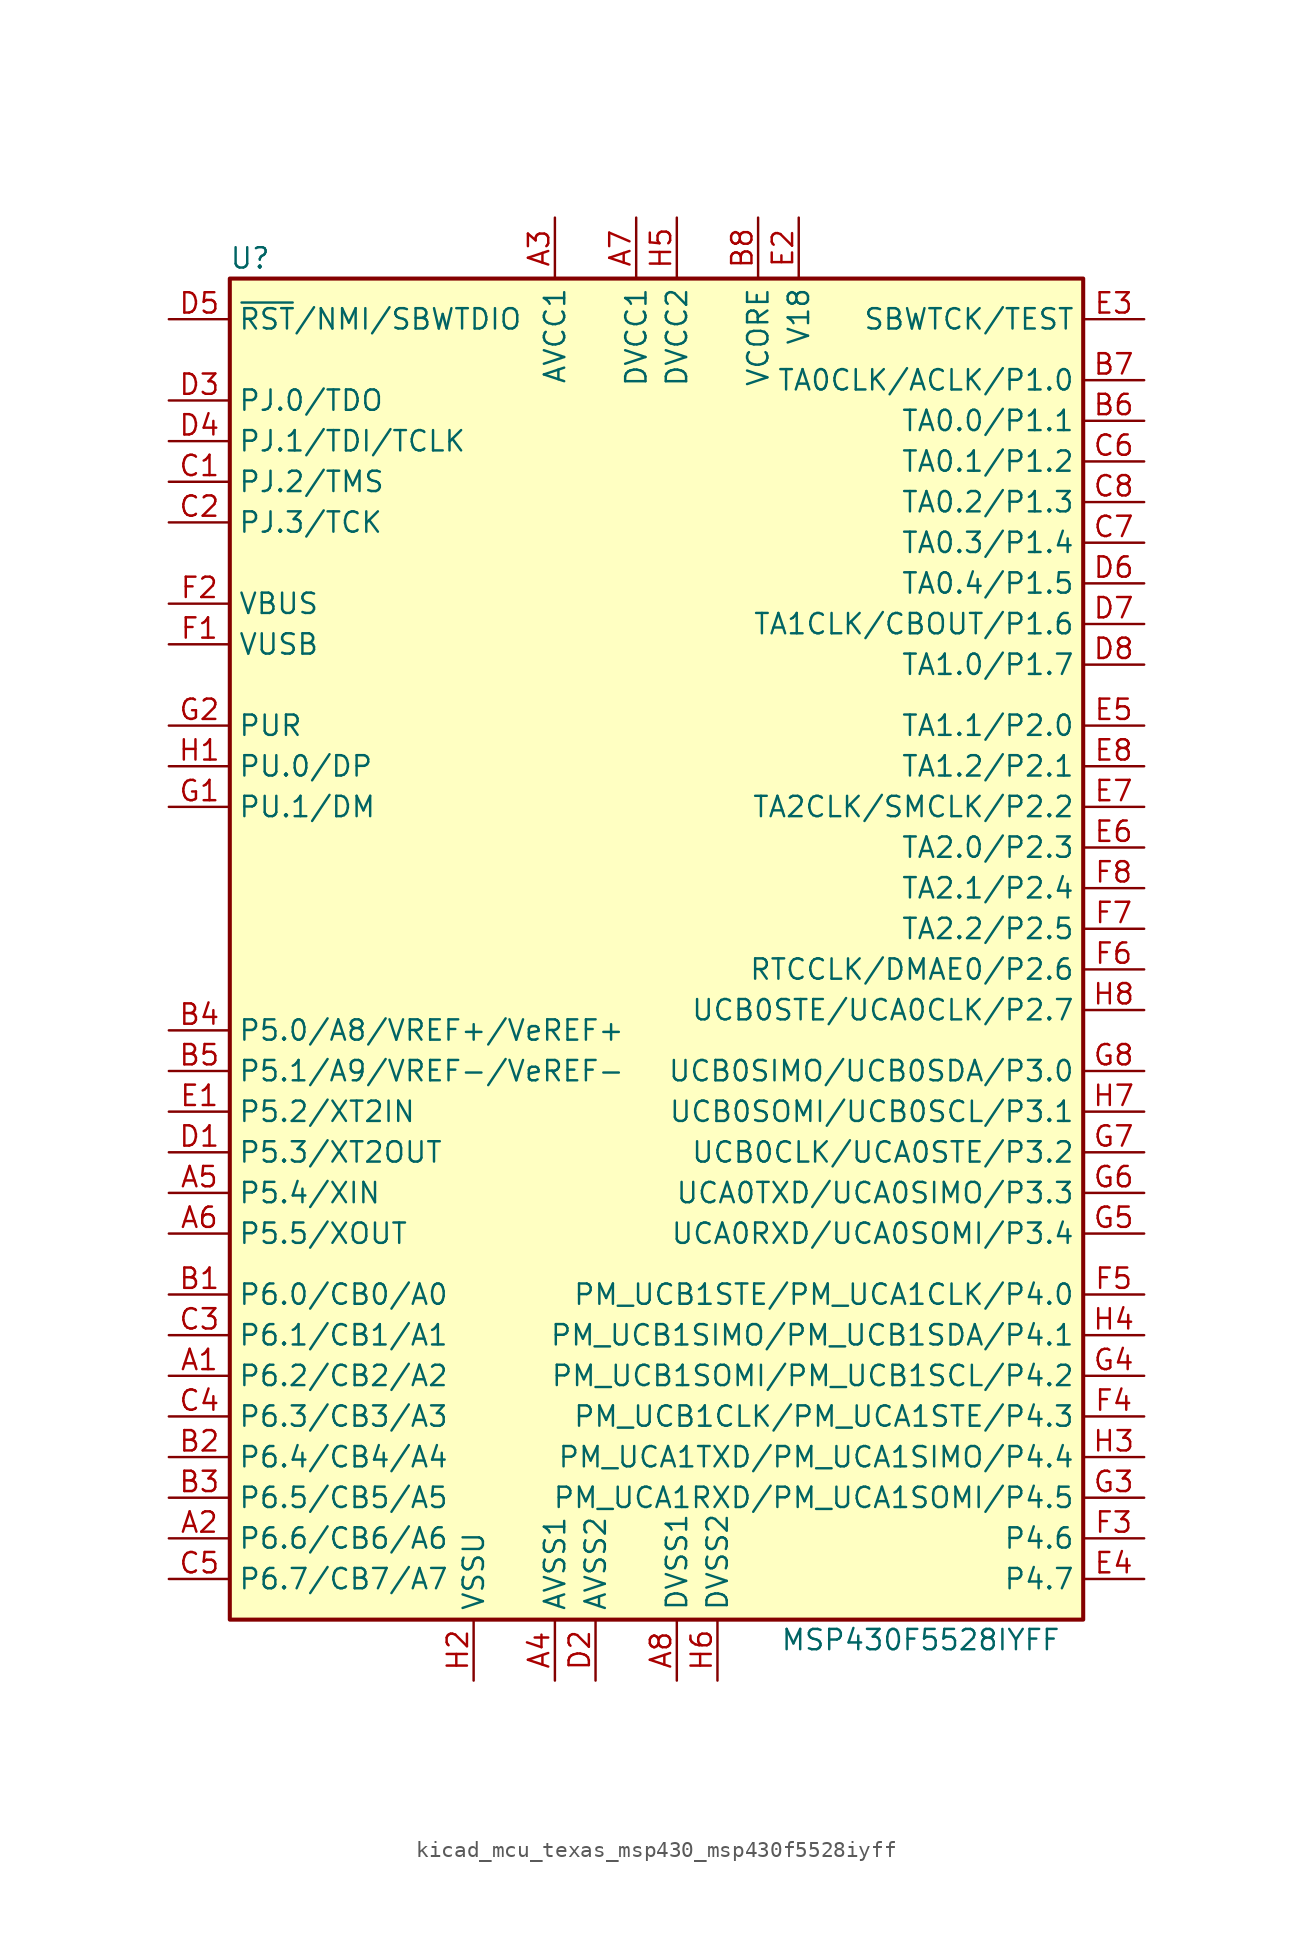
<source format=kicad_sym>
(kicad_symbol_lib
  (version 20220914)
  (generator kicad_symbol_editor)
  (symbol "kicad_mcu_texas_msp430_msp430f5528iyff"
    (property "Reference" "U"
      (at -25.4 43.18 0)
      (effects (font (size 1.27 1.27))))
    (property "Value" "MSP430F5528IYFF"
      (at 16.51 -43.18 0)
      (effects (font (size 1.27 1.27))))
    (symbol "kicad_mcu_texas_msp430_msp430f5528iyff_0_1"
      (rectangle (start -26.67 41.91) (end 26.67 -41.91) (stroke (width 0.254) (type default)) (fill (type background))))
    (symbol "kicad_mcu_texas_msp430_msp430f5528iyff_1_1"
      (pin bidirectional line (at -30.48 -26.67 0) (length 3.81) (name "P6.2/CB2/A2" (effects (font (size 1.27 1.27)))) (number "A1" (effects (font (size 1.27 1.27)))))
      (pin bidirectional line (at -30.48 -36.83 0) (length 3.81) (name "P6.6/CB6/A6" (effects (font (size 1.27 1.27)))) (number "A2" (effects (font (size 1.27 1.27)))))
      (pin power_in line (at -6.35 45.72 270) (length 3.81) (name "AVCC1" (effects (font (size 1.27 1.27)))) (number "A3" (effects (font (size 1.27 1.27)))))
      (pin power_in line (at -6.35 -45.72 90) (length 3.81) (name "AVSS1" (effects (font (size 1.27 1.27)))) (number "A4" (effects (font (size 1.27 1.27)))))
      (pin bidirectional line (at -30.48 -15.24 0) (length 3.81) (name "P5.4/XIN" (effects (font (size 1.27 1.27)))) (number "A5" (effects (font (size 1.27 1.27)))))
      (pin bidirectional line (at -30.48 -17.78 0) (length 3.81) (name "P5.5/XOUT" (effects (font (size 1.27 1.27)))) (number "A6" (effects (font (size 1.27 1.27)))))
      (pin power_in line (at -1.27 45.72 270) (length 3.81) (name "DVCC1" (effects (font (size 1.27 1.27)))) (number "A7" (effects (font (size 1.27 1.27)))))
      (pin power_in line (at 1.27 -45.72 90) (length 3.81) (name "DVSS1" (effects (font (size 1.27 1.27)))) (number "A8" (effects (font (size 1.27 1.27)))))
      (pin bidirectional line (at -30.48 -21.59 0) (length 3.81) (name "P6.0/CB0/A0" (effects (font (size 1.27 1.27)))) (number "B1" (effects (font (size 1.27 1.27)))))
      (pin bidirectional line (at -30.48 -31.75 0) (length 3.81) (name "P6.4/CB4/A4" (effects (font (size 1.27 1.27)))) (number "B2" (effects (font (size 1.27 1.27)))))
      (pin bidirectional line (at -30.48 -34.29 0) (length 3.81) (name "P6.5/CB5/A5" (effects (font (size 1.27 1.27)))) (number "B3" (effects (font (size 1.27 1.27)))))
      (pin bidirectional line (at -30.48 -5.08 0) (length 3.81) (name "P5.0/A8/VREF+/VeREF+" (effects (font (size 1.27 1.27)))) (number "B4" (effects (font (size 1.27 1.27)))))
      (pin bidirectional line (at -30.48 -7.62 0) (length 3.81) (name "P5.1/A9/VREF-/VeREF-" (effects (font (size 1.27 1.27)))) (number "B5" (effects (font (size 1.27 1.27)))))
      (pin bidirectional line (at 30.48 33.02 180) (length 3.81) (name "TA0.0/P1.1" (effects (font (size 1.27 1.27)))) (number "B6" (effects (font (size 1.27 1.27)))))
      (pin bidirectional line (at 30.48 35.56 180) (length 3.81) (name "TA0CLK/ACLK/P1.0" (effects (font (size 1.27 1.27)))) (number "B7" (effects (font (size 1.27 1.27)))))
      (pin bidirectional line (at 6.35 45.72 270) (length 3.81) (name "VCORE" (effects (font (size 1.27 1.27)))) (number "B8" (effects (font (size 1.27 1.27)))))
      (pin bidirectional line (at -30.48 29.21 0) (length 3.81) (name "PJ.2/TMS" (effects (font (size 1.27 1.27)))) (number "C1" (effects (font (size 1.27 1.27)))))
      (pin bidirectional line (at -30.48 26.67 0) (length 3.81) (name "PJ.3/TCK" (effects (font (size 1.27 1.27)))) (number "C2" (effects (font (size 1.27 1.27)))))
      (pin bidirectional line (at -30.48 -24.13 0) (length 3.81) (name "P6.1/CB1/A1" (effects (font (size 1.27 1.27)))) (number "C3" (effects (font (size 1.27 1.27)))))
      (pin bidirectional line (at -30.48 -29.21 0) (length 3.81) (name "P6.3/CB3/A3" (effects (font (size 1.27 1.27)))) (number "C4" (effects (font (size 1.27 1.27)))))
      (pin bidirectional line (at -30.48 -39.37 0) (length 3.81) (name "P6.7/CB7/A7" (effects (font (size 1.27 1.27)))) (number "C5" (effects (font (size 1.27 1.27)))))
      (pin bidirectional line (at 30.48 30.48 180) (length 3.81) (name "TA0.1/P1.2" (effects (font (size 1.27 1.27)))) (number "C6" (effects (font (size 1.27 1.27)))))
      (pin bidirectional line (at 30.48 25.4 180) (length 3.81) (name "TA0.3/P1.4" (effects (font (size 1.27 1.27)))) (number "C7" (effects (font (size 1.27 1.27)))))
      (pin bidirectional line (at 30.48 27.94 180) (length 3.81) (name "TA0.2/P1.3" (effects (font (size 1.27 1.27)))) (number "C8" (effects (font (size 1.27 1.27)))))
      (pin bidirectional line (at -30.48 -12.7 0) (length 3.81) (name "P5.3/XT2OUT" (effects (font (size 1.27 1.27)))) (number "D1" (effects (font (size 1.27 1.27)))))
      (pin power_in line (at -3.81 -45.72 90) (length 3.81) (name "AVSS2" (effects (font (size 1.27 1.27)))) (number "D2" (effects (font (size 1.27 1.27)))))
      (pin bidirectional line (at -30.48 34.29 0) (length 3.81) (name "PJ.0/TDO" (effects (font (size 1.27 1.27)))) (number "D3" (effects (font (size 1.27 1.27)))))
      (pin bidirectional line (at -30.48 31.75 0) (length 3.81) (name "PJ.1/TDI/TCLK" (effects (font (size 1.27 1.27)))) (number "D4" (effects (font (size 1.27 1.27)))))
      (pin input line (at -30.48 39.37 0) (length 3.81) (name "~{RST}/NMI/SBWTDIO" (effects (font (size 1.27 1.27)))) (number "D5" (effects (font (size 1.27 1.27)))))
      (pin bidirectional line (at 30.48 22.86 180) (length 3.81) (name "TA0.4/P1.5" (effects (font (size 1.27 1.27)))) (number "D6" (effects (font (size 1.27 1.27)))))
      (pin bidirectional line (at 30.48 20.32 180) (length 3.81) (name "TA1CLK/CBOUT/P1.6" (effects (font (size 1.27 1.27)))) (number "D7" (effects (font (size 1.27 1.27)))))
      (pin bidirectional line (at 30.48 17.78 180) (length 3.81) (name "TA1.0/P1.7" (effects (font (size 1.27 1.27)))) (number "D8" (effects (font (size 1.27 1.27)))))
      (pin bidirectional line (at -30.48 -10.16 0) (length 3.81) (name "P5.2/XT2IN" (effects (font (size 1.27 1.27)))) (number "E1" (effects (font (size 1.27 1.27)))))
      (pin passive line (at 8.89 45.72 270) (length 3.81) (name "V18" (effects (font (size 1.27 1.27)))) (number "E2" (effects (font (size 1.27 1.27)))))
      (pin input line (at 30.48 39.37 180) (length 3.81) (name "SBWTCK/TEST" (effects (font (size 1.27 1.27)))) (number "E3" (effects (font (size 1.27 1.27)))))
      (pin bidirectional line (at 30.48 -39.37 180) (length 3.81) (name "P4.7" (effects (font (size 1.27 1.27)))) (number "E4" (effects (font (size 1.27 1.27)))))
      (pin bidirectional line (at 30.48 13.97 180) (length 3.81) (name "TA1.1/P2.0" (effects (font (size 1.27 1.27)))) (number "E5" (effects (font (size 1.27 1.27)))))
      (pin bidirectional line (at 30.48 6.35 180) (length 3.81) (name "TA2.0/P2.3" (effects (font (size 1.27 1.27)))) (number "E6" (effects (font (size 1.27 1.27)))))
      (pin bidirectional line (at 30.48 8.89 180) (length 3.81) (name "TA2CLK/SMCLK/P2.2" (effects (font (size 1.27 1.27)))) (number "E7" (effects (font (size 1.27 1.27)))))
      (pin bidirectional line (at 30.48 11.43 180) (length 3.81) (name "TA1.2/P2.1" (effects (font (size 1.27 1.27)))) (number "E8" (effects (font (size 1.27 1.27)))))
      (pin power_out line (at -30.48 19.05 0) (length 3.81) (name "VUSB" (effects (font (size 1.27 1.27)))) (number "F1" (effects (font (size 1.27 1.27)))))
      (pin power_in line (at -30.48 21.59 0) (length 3.81) (name "VBUS" (effects (font (size 1.27 1.27)))) (number "F2" (effects (font (size 1.27 1.27)))))
      (pin bidirectional line (at 30.48 -36.83 180) (length 3.81) (name "P4.6" (effects (font (size 1.27 1.27)))) (number "F3" (effects (font (size 1.27 1.27)))))
      (pin bidirectional line (at 30.48 -29.21 180) (length 3.81) (name "PM_UCB1CLK/PM_UCA1STE/P4.3" (effects (font (size 1.27 1.27)))) (number "F4" (effects (font (size 1.27 1.27)))))
      (pin bidirectional line (at 30.48 -21.59 180) (length 3.81) (name "PM_UCB1STE/PM_UCA1CLK/P4.0" (effects (font (size 1.27 1.27)))) (number "F5" (effects (font (size 1.27 1.27)))))
      (pin bidirectional line (at 30.48 -1.27 180) (length 3.81) (name "RTCCLK/DMAE0/P2.6" (effects (font (size 1.27 1.27)))) (number "F6" (effects (font (size 1.27 1.27)))))
      (pin bidirectional line (at 30.48 1.27 180) (length 3.81) (name "TA2.2/P2.5" (effects (font (size 1.27 1.27)))) (number "F7" (effects (font (size 1.27 1.27)))))
      (pin bidirectional line (at 30.48 3.81 180) (length 3.81) (name "TA2.1/P2.4" (effects (font (size 1.27 1.27)))) (number "F8" (effects (font (size 1.27 1.27)))))
      (pin bidirectional line (at -30.48 8.89 0) (length 3.81) (name "PU.1/DM" (effects (font (size 1.27 1.27)))) (number "G1" (effects (font (size 1.27 1.27)))))
      (pin bidirectional line (at -30.48 13.97 0) (length 3.81) (name "PUR" (effects (font (size 1.27 1.27)))) (number "G2" (effects (font (size 1.27 1.27)))))
      (pin bidirectional line (at 30.48 -34.29 180) (length 3.81) (name "PM_UCA1RXD/PM_UCA1SOMI/P4.5" (effects (font (size 1.27 1.27)))) (number "G3" (effects (font (size 1.27 1.27)))))
      (pin bidirectional line (at 30.48 -26.67 180) (length 3.81) (name "PM_UCB1SOMI/PM_UCB1SCL/P4.2" (effects (font (size 1.27 1.27)))) (number "G4" (effects (font (size 1.27 1.27)))))
      (pin bidirectional line (at 30.48 -17.78 180) (length 3.81) (name "UCA0RXD/UCA0SOMI/P3.4" (effects (font (size 1.27 1.27)))) (number "G5" (effects (font (size 1.27 1.27)))))
      (pin bidirectional line (at 30.48 -15.24 180) (length 3.81) (name "UCA0TXD/UCA0SIMO/P3.3" (effects (font (size 1.27 1.27)))) (number "G6" (effects (font (size 1.27 1.27)))))
      (pin bidirectional line (at 30.48 -12.7 180) (length 3.81) (name "UCB0CLK/UCA0STE/P3.2" (effects (font (size 1.27 1.27)))) (number "G7" (effects (font (size 1.27 1.27)))))
      (pin bidirectional line (at 30.48 -7.62 180) (length 3.81) (name "UCB0SIMO/UCB0SDA/P3.0" (effects (font (size 1.27 1.27)))) (number "G8" (effects (font (size 1.27 1.27)))))
      (pin bidirectional line (at -30.48 11.43 0) (length 3.81) (name "PU.0/DP" (effects (font (size 1.27 1.27)))) (number "H1" (effects (font (size 1.27 1.27)))))
      (pin power_in line (at -11.43 -45.72 90) (length 3.81) (name "VSSU" (effects (font (size 1.27 1.27)))) (number "H2" (effects (font (size 1.27 1.27)))))
      (pin bidirectional line (at 30.48 -31.75 180) (length 3.81) (name "PM_UCA1TXD/PM_UCA1SIMO/P4.4" (effects (font (size 1.27 1.27)))) (number "H3" (effects (font (size 1.27 1.27)))))
      (pin bidirectional line (at 30.48 -24.13 180) (length 3.81) (name "PM_UCB1SIMO/PM_UCB1SDA/P4.1" (effects (font (size 1.27 1.27)))) (number "H4" (effects (font (size 1.27 1.27)))))
      (pin power_in line (at 1.27 45.72 270) (length 3.81) (name "DVCC2" (effects (font (size 1.27 1.27)))) (number "H5" (effects (font (size 1.27 1.27)))))
      (pin power_in line (at 3.81 -45.72 90) (length 3.81) (name "DVSS2" (effects (font (size 1.27 1.27)))) (number "H6" (effects (font (size 1.27 1.27)))))
      (pin bidirectional line (at 30.48 -10.16 180) (length 3.81) (name "UCB0SOMI/UCB0SCL/P3.1" (effects (font (size 1.27 1.27)))) (number "H7" (effects (font (size 1.27 1.27)))))
      (pin bidirectional line (at 30.48 -3.81 180) (length 3.81) (name "UCB0STE/UCA0CLK/P2.7" (effects (font (size 1.27 1.27)))) (number "H8" (effects (font (size 1.27 1.27))))))))
</source>
